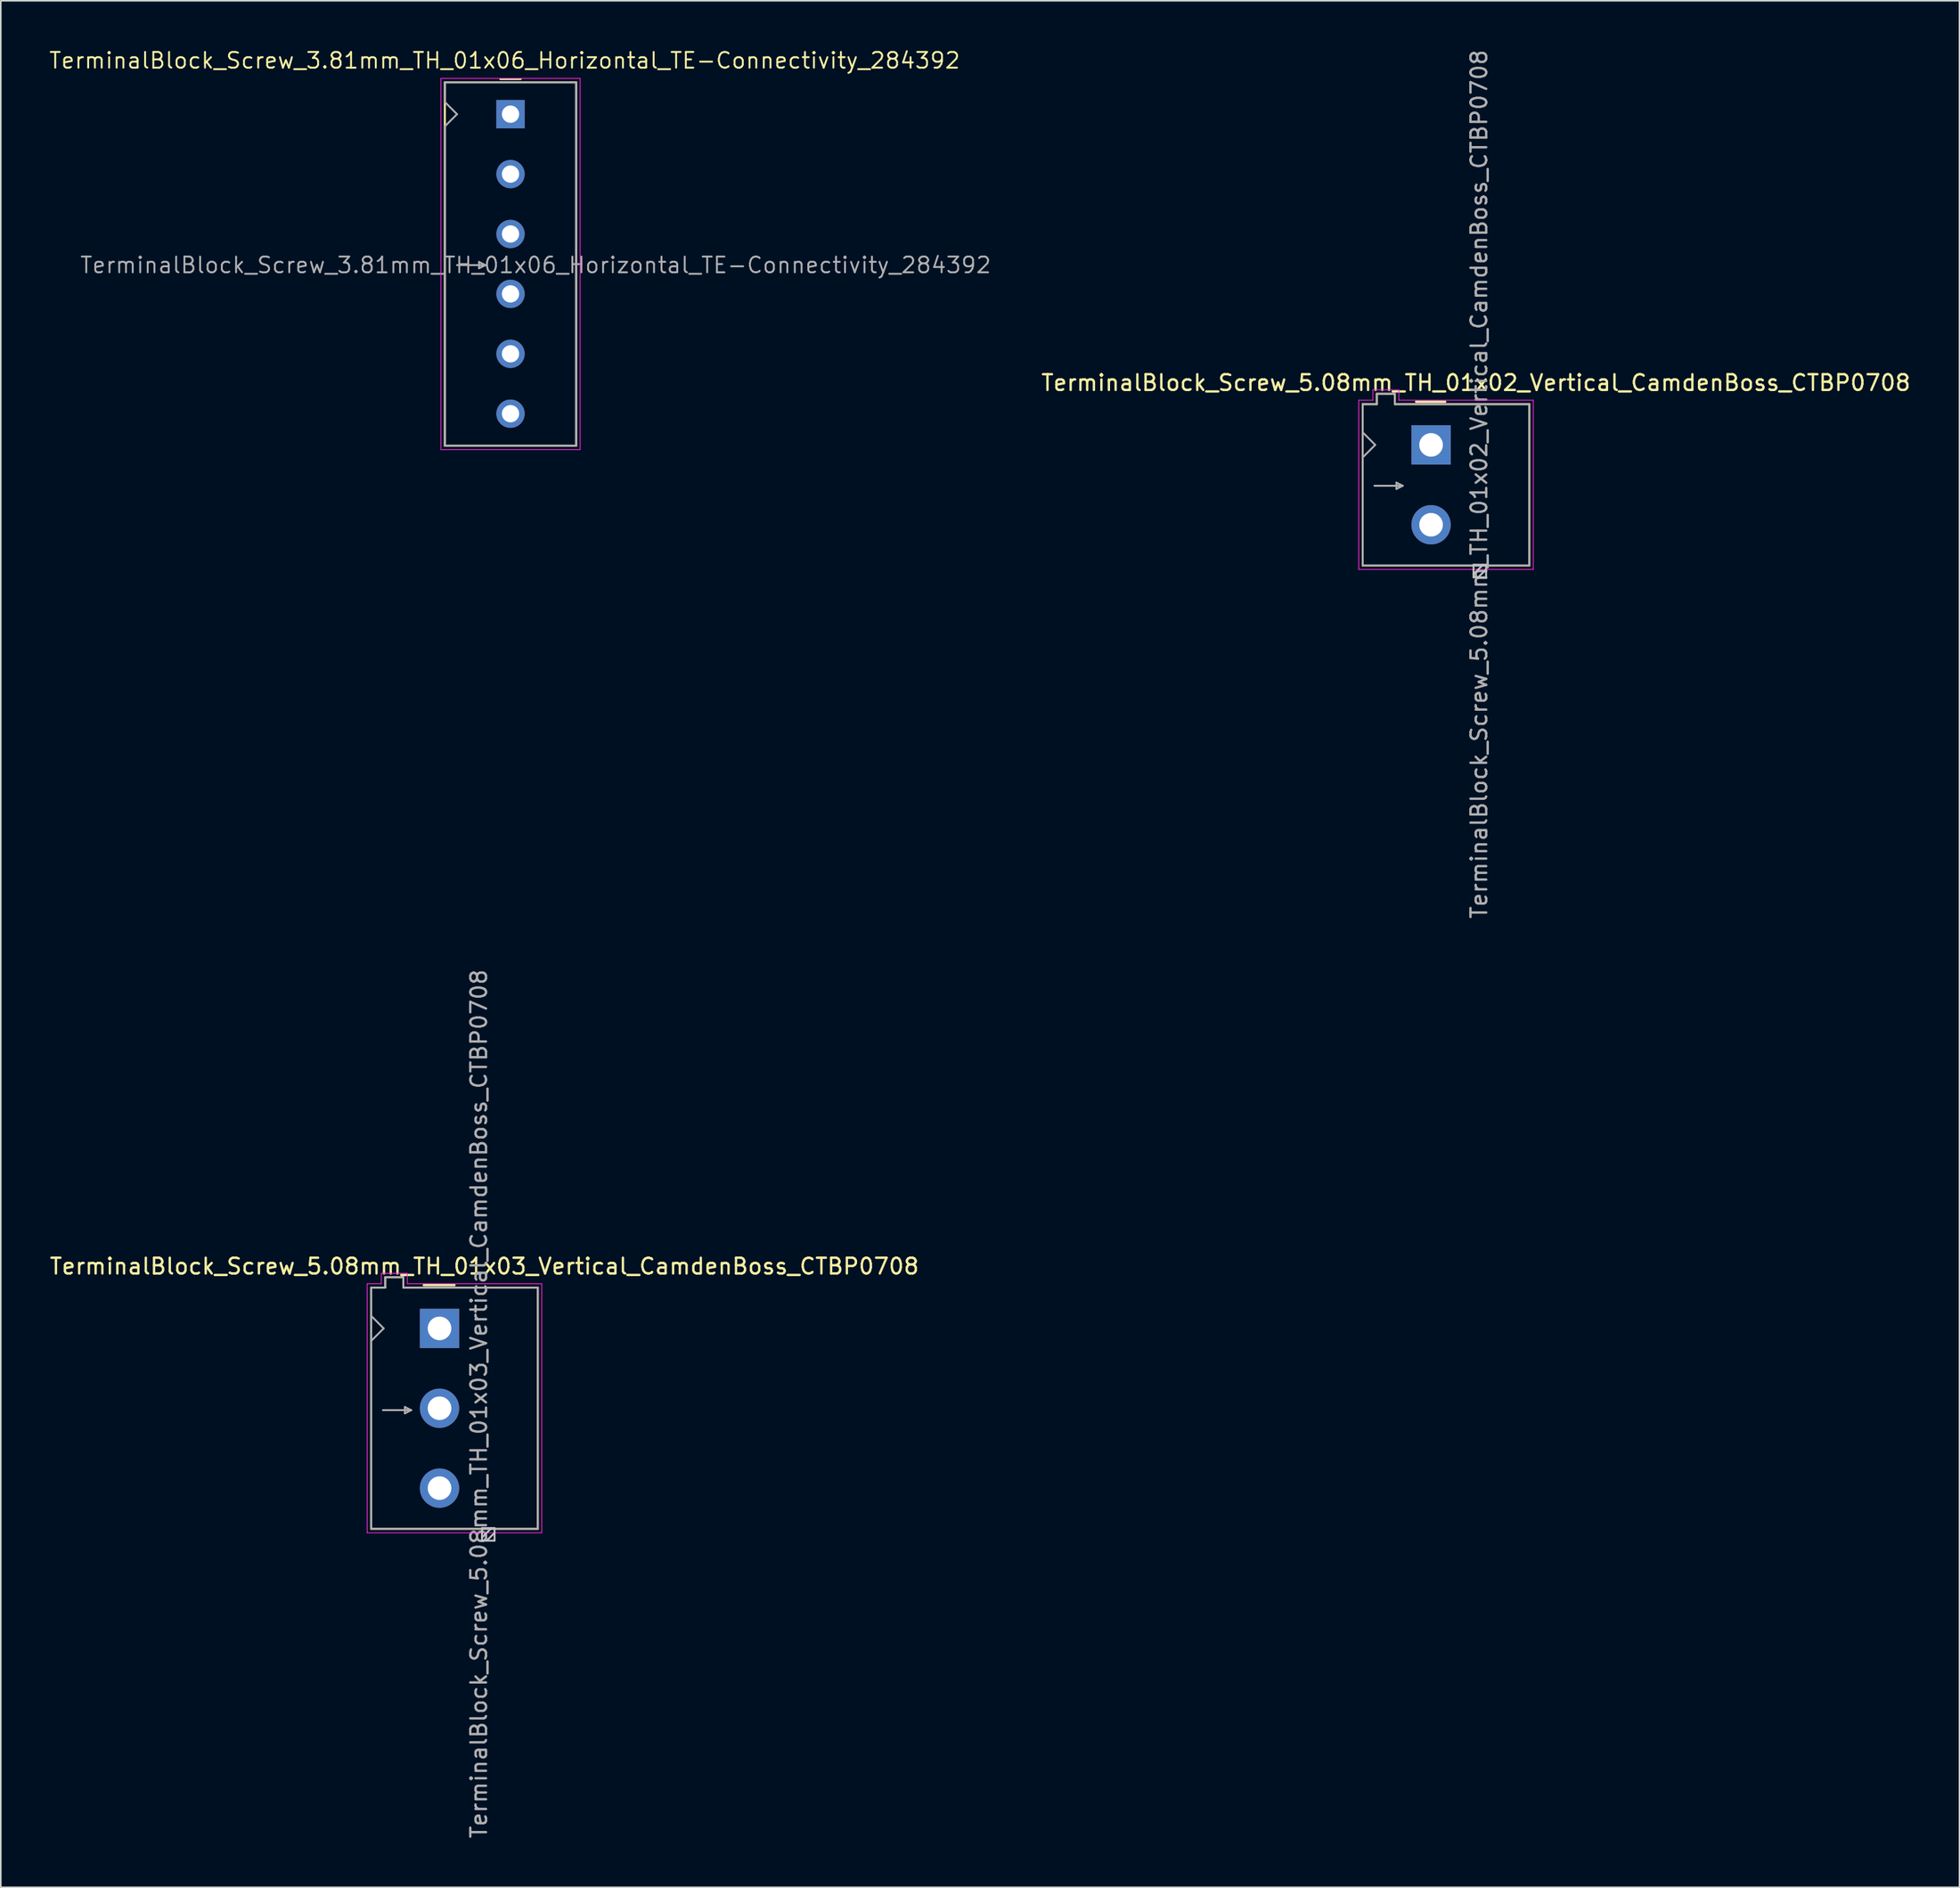
<source format=kicad_pcb>
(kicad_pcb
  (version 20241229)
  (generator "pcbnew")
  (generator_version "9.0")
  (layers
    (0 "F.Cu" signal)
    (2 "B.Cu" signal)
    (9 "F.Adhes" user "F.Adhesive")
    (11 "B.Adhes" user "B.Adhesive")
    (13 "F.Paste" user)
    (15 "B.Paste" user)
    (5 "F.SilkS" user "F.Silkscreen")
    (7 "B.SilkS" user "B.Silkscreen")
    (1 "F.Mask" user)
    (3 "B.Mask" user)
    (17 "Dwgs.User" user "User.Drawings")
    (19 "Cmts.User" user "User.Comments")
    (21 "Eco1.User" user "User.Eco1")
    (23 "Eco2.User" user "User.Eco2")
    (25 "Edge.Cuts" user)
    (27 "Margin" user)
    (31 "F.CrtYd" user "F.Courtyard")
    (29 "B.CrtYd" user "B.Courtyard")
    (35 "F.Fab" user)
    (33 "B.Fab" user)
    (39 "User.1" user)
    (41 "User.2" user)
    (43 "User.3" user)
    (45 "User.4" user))
  (footprint "TerminalBlock_Screw_3.81mm_TH_01x06_Horizontal_TE-Connectivity_284392"
    (layer "F.Cu")
    (at 29.407 4.211)
    (property "Reference" "TerminalBlock_Screw_3.81mm_TH_01x06_Horizontal_TE-Connectivity_284392" (at -0.375 -3.415 0) (unlocked yes) (layer "F.SilkS") (effects (font (size 1 1) (thickness 0.12))))
    (attr through_hole)
    (fp_line (start -4.175 -2.025) (end 4.175 -2.025) (stroke (width 0.127) (type solid)) (layer "F.SilkS"))
    (fp_line (start -4.175 21.085) (end -4.175 -2.025) (stroke (width 0.127) (type solid)) (layer "F.SilkS"))
    (fp_line (start -0.65 -2.23) (end 0.65 -2.23) (stroke (width 0.12) (type solid)) (layer "F.SilkS"))
    (fp_line (start 4.175 -2.025) (end 4.175 21.085) (stroke (width 0.127) (type solid)) (layer "F.SilkS"))
    (fp_line (start 4.175 21.085) (end -4.175 21.085) (stroke (width 0.127) (type solid)) (layer "F.SilkS"))
    (fp_line (start -4.425 -2.275) (end -4.425 21.335) (stroke (width 0.05) (type solid)) (layer "F.CrtYd"))
    (fp_line (start -4.425 21.335) (end 4.425 21.335) (stroke (width 0.05) (type solid)) (layer "F.CrtYd"))
    (fp_line (start 4.425 -2.275) (end -4.425 -2.275) (stroke (width 0.05) (type solid)) (layer "F.CrtYd"))
    (fp_line (start 4.425 21.335) (end 4.425 -2.275) (stroke (width 0.05) (type solid)) (layer "F.CrtYd"))
    (fp_line (start -4.175 -2.025) (end 4.175 -2.025) (stroke (width 0.127) (type solid)) (layer "F.Fab"))
    (fp_line (start -4.175 -0.78) (end -4.175 -2.025) (stroke (width 0.127) (type solid)) (layer "F.Fab"))
    (fp_line (start -4.175 -0.775) (end -3.4 0) (stroke (width 0.12) (type solid)) (layer "F.Fab"))
    (fp_line (start -4.175 21.085) (end -4.175 0.78) (stroke (width 0.127) (type solid)) (layer "F.Fab"))
    (fp_line (start -3.4 0) (end -4.175 0.775) (stroke (width 0.12) (type solid)) (layer "F.Fab"))
    (fp_line (start -3.4 9.6) (end -1.6 9.6) (stroke (width 0.12) (type solid)) (layer "F.Fab"))
    (fp_line (start -2 9.4) (end -2 9.8) (stroke (width 0.12) (type solid)) (layer "F.Fab"))
    (fp_line (start -2 9.8) (end -1.6 9.6) (stroke (width 0.12) (type solid)) (layer "F.Fab"))
    (fp_line (start -1.6 9.6) (end -2 9.4) (stroke (width 0.12) (type solid)) (layer "F.Fab"))
    (fp_line (start 4.175 -2.025) (end 4.175 21.085) (stroke (width 0.127) (type solid)) (layer "F.Fab"))
    (fp_line (start 4.175 21.085) (end -4.175 21.085) (stroke (width 0.127) (type solid)) (layer "F.Fab"))
    (fp_text user "${REFERENCE}" (at 1.6 9.6 0) (layer "F.Fab") (effects (font (size 1 1) (thickness 0.12))))
    (pad "1" thru_hole rect (at 0 0 270) (size 1.8 1.8) (drill 1.1) (layers "*.Cu" "*.Mask"))
    (pad "2" thru_hole circle (at 0 3.81 270) (size 1.8 1.8) (drill 1.1) (layers "*.Cu" "*.Mask"))
    (pad "3" thru_hole circle (at 0 7.62 270) (size 1.8 1.8) (drill 1.1) (layers "*.Cu" "*.Mask"))
    (pad "4" thru_hole circle (at 0 11.43 270) (size 1.8 1.8) (drill 1.1) (layers "*.Cu" "*.Mask"))
    (pad "5" thru_hole circle (at 0 15.24 270) (size 1.8 1.8) (drill 1.1) (layers "*.Cu" "*.Mask"))
    (pad "6" thru_hole circle (at 0 19.05 270) (size 1.8 1.8) (drill 1.1) (layers "*.Cu" "*.Mask")))
  (footprint "TerminalBlock_Screw_5.08mm_TH_01x03_Vertical_CamdenBoss_CTBP0708"
    (layer "F.Cu")
    (at 24.894 81.432)
    (property "Reference" "TerminalBlock_Screw_5.08mm_TH_01x03_Vertical_CamdenBoss_CTBP0708" (at 2.85 -3.95 0) (unlocked yes) (layer "F.SilkS") (effects (font (size 1 1) (thickness 0.15))))
    (attr through_hole)
    (fp_line (start -4.35 -2.59) (end -4.35 12.75) (stroke (width 0.12) (type solid)) (layer "F.SilkS"))
    (fp_line (start -4.35 12.75) (end 6.25 12.75) (stroke (width 0.12) (type solid)) (layer "F.SilkS"))
    (fp_line (start -3.45 -3.25) (end -3.45 -2.59) (stroke (width 0.12) (type solid)) (layer "F.SilkS"))
    (fp_line (start -3.45 -2.59) (end -4.35 -2.59) (stroke (width 0.12) (type solid)) (layer "F.SilkS"))
    (fp_line (start -2.3 -3.25) (end -3.45 -3.25) (stroke (width 0.12) (type solid)) (layer "F.SilkS"))
    (fp_line (start -2.3 -2.59) (end -2.3 -3.25) (stroke (width 0.12) (type solid)) (layer "F.SilkS"))
    (fp_line (start -1 -2.75) (end 0.95 -2.75) (stroke (width 0.15) (type solid)) (layer "F.SilkS"))
    (fp_line (start 6.25 -2.59) (end -2.3 -2.59) (stroke (width 0.12) (type solid)) (layer "F.SilkS"))
    (fp_line (start 6.25 12.75) (end 6.25 -2.59) (stroke (width 0.12) (type solid)) (layer "F.SilkS"))
    (fp_line (start 2.7 12.7) (end 2.7 13.5) (stroke (width 0.12) (type solid)) (layer "Dwgs.User"))
    (fp_line (start 2.7 13.3) (end 3.3 12.7) (stroke (width 0.12) (type solid)) (layer "Dwgs.User"))
    (fp_line (start 2.7 13.5) (end 3.5 13.5) (stroke (width 0.12) (type solid)) (layer "Dwgs.User"))
    (fp_line (start 3 13.5) (end 3.5 13) (stroke (width 0.12) (type solid)) (layer "Dwgs.User"))
    (fp_line (start 3.5 12.7) (end 2.7 12.7) (stroke (width 0.12) (type solid)) (layer "Dwgs.User"))
    (fp_line (start 3.5 13.5) (end 3.5 12.7) (stroke (width 0.12) (type solid)) (layer "Dwgs.User"))
    (fp_line (start -4.6 -2.84) (end -3.7 -2.84) (stroke (width 0.05) (type solid)) (layer "F.CrtYd"))
    (fp_line (start -4.6 13) (end -4.6 -2.84) (stroke (width 0.05) (type solid)) (layer "F.CrtYd"))
    (fp_line (start -3.7 -3.5) (end -3.7 -2.84) (stroke (width 0.05) (type solid)) (layer "F.CrtYd"))
    (fp_line (start -2.05 -3.5) (end -3.7 -3.5) (stroke (width 0.05) (type solid)) (layer "F.CrtYd"))
    (fp_line (start -2.05 -2.84) (end -2.05 -3.5) (stroke (width 0.05) (type solid)) (layer "F.CrtYd"))
    (fp_line (start -2.05 -2.84) (end 6.5 -2.84) (stroke (width 0.05) (type solid)) (layer "F.CrtYd"))
    (fp_line (start 6.5 -2.84) (end 6.5 13) (stroke (width 0.05) (type solid)) (layer "F.CrtYd"))
    (fp_line (start 6.5 13) (end -4.6 13) (stroke (width 0.05) (type solid)) (layer "F.CrtYd"))
    (fp_line (start -4.35 -2.59) (end -4.35 12.75) (stroke (width 0.12) (type solid)) (layer "F.Fab"))
    (fp_line (start -4.35 0.8) (end -3.55 0) (stroke (width 0.12) (type solid)) (layer "F.Fab"))
    (fp_line (start -4.35 12.75) (end 6.25 12.75) (stroke (width 0.12) (type solid)) (layer "F.Fab"))
    (fp_line (start -3.6 5.2) (end -1.8 5.2) (stroke (width 0.12) (type solid)) (layer "F.Fab"))
    (fp_line (start -3.55 0) (end -4.35 -0.8) (stroke (width 0.12) (type solid)) (layer "F.Fab"))
    (fp_line (start -3.45 -3.25) (end -3.45 -2.59) (stroke (width 0.12) (type solid)) (layer "F.Fab"))
    (fp_line (start -3.45 -2.59) (end -4.35 -2.59) (stroke (width 0.12) (type solid)) (layer "F.Fab"))
    (fp_line (start -2.3 -3.25) (end -3.45 -3.25) (stroke (width 0.12) (type solid)) (layer "F.Fab"))
    (fp_line (start -2.3 -2.59) (end -2.3 -3.25) (stroke (width 0.12) (type solid)) (layer "F.Fab"))
    (fp_line (start -2.2 5) (end -2.2 5.4) (stroke (width 0.12) (type solid)) (layer "F.Fab"))
    (fp_line (start -2.2 5.4) (end -1.8 5.2) (stroke (width 0.12) (type solid)) (layer "F.Fab"))
    (fp_line (start -1.8 5.2) (end -2.2 5) (stroke (width 0.12) (type solid)) (layer "F.Fab"))
    (fp_line (start 6.25 -2.59) (end -2.3 -2.59) (stroke (width 0.12) (type solid)) (layer "F.Fab"))
    (fp_line (start 6.25 12.75) (end 6.25 -2.59) (stroke (width 0.12) (type solid)) (layer "F.Fab"))
    (fp_text user "${REFERENCE}" (at 2.5 4.8 270) (layer "F.Fab") (effects (font (size 1 1) (thickness 0.15))))
    (pad "1" thru_hole rect (at 0 0 270) (size 2.5 2.5) (drill 1.5) (layers "*.Cu" "*.Mask"))
    (pad "2" thru_hole circle (at 0 5.08 270) (size 2.5 2.5) (drill 1.5) (layers "*.Cu" "*.Mask"))
    (pad "3" thru_hole circle (at 0 10.16 270) (size 2.5 2.5) (drill 1.5) (layers "*.Cu" "*.Mask")))
  (footprint "TerminalBlock_Screw_5.08mm_TH_01x02_Vertical_CamdenBoss_CTBP0708"
    (layer "F.Cu")
    (at 87.934 25.244)
    (property "Reference" "TerminalBlock_Screw_5.08mm_TH_01x02_Vertical_CamdenBoss_CTBP0708" (at 2.85 -3.95 0) (unlocked yes) (layer "F.SilkS") (effects (font (size 1 1) (thickness 0.15))))
    (attr through_hole)
    (fp_line (start -4.35 -2.59) (end -4.35 7.67) (stroke (width 0.12) (type solid)) (layer "F.SilkS"))
    (fp_line (start -4.35 7.67) (end 6.25 7.67) (stroke (width 0.12) (type solid)) (layer "F.SilkS"))
    (fp_line (start -3.45 -3.25) (end -3.45 -2.59) (stroke (width 0.12) (type solid)) (layer "F.SilkS"))
    (fp_line (start -3.45 -2.59) (end -4.35 -2.59) (stroke (width 0.12) (type solid)) (layer "F.SilkS"))
    (fp_line (start -2.3 -3.25) (end -3.45 -3.25) (stroke (width 0.12) (type solid)) (layer "F.SilkS"))
    (fp_line (start -2.3 -2.59) (end -2.3 -3.25) (stroke (width 0.12) (type solid)) (layer "F.SilkS"))
    (fp_line (start -0.95 -2.75) (end 0.9 -2.75) (stroke (width 0.15) (type solid)) (layer "F.SilkS"))
    (fp_line (start 6.25 -2.59) (end -2.3 -2.59) (stroke (width 0.12) (type solid)) (layer "F.SilkS"))
    (fp_line (start 6.25 7.67) (end 6.25 -2.59) (stroke (width 0.12) (type solid)) (layer "F.SilkS"))
    (fp_line (start 2.7 7.62) (end 2.7 8.42) (stroke (width 0.12) (type solid)) (layer "Dwgs.User"))
    (fp_line (start 2.7 8.22) (end 3.3 7.62) (stroke (width 0.12) (type solid)) (layer "Dwgs.User"))
    (fp_line (start 2.7 8.42) (end 3.5 8.42) (stroke (width 0.12) (type solid)) (layer "Dwgs.User"))
    (fp_line (start 3 8.42) (end 3.5 7.92) (stroke (width 0.12) (type solid)) (layer "Dwgs.User"))
    (fp_line (start 3.5 7.62) (end 2.7 7.62) (stroke (width 0.12) (type solid)) (layer "Dwgs.User"))
    (fp_line (start 3.5 8.42) (end 3.5 7.62) (stroke (width 0.12) (type solid)) (layer "Dwgs.User"))
    (fp_line (start -4.6 -2.84) (end -3.7 -2.84) (stroke (width 0.05) (type solid)) (layer "F.CrtYd"))
    (fp_line (start -4.6 7.92) (end -4.6 -2.84) (stroke (width 0.05) (type solid)) (layer "F.CrtYd"))
    (fp_line (start -3.7 -3.5) (end -3.7 -2.84) (stroke (width 0.05) (type solid)) (layer "F.CrtYd"))
    (fp_line (start -2.05 -3.5) (end -3.7 -3.5) (stroke (width 0.05) (type solid)) (layer "F.CrtYd"))
    (fp_line (start -2.05 -2.84) (end -2.05 -3.5) (stroke (width 0.05) (type solid)) (layer "F.CrtYd"))
    (fp_line (start -2.05 -2.84) (end 6.5 -2.84) (stroke (width 0.05) (type solid)) (layer "F.CrtYd"))
    (fp_line (start 6.5 -2.84) (end 6.5 7.92) (stroke (width 0.05) (type solid)) (layer "F.CrtYd"))
    (fp_line (start 6.5 7.92) (end -4.6 7.92) (stroke (width 0.05) (type solid)) (layer "F.CrtYd"))
    (fp_line (start -4.35 -2.59) (end -4.35 7.67) (stroke (width 0.12) (type solid)) (layer "F.Fab"))
    (fp_line (start -4.35 0.8) (end -3.55 0) (stroke (width 0.12) (type solid)) (layer "F.Fab"))
    (fp_line (start -4.35 7.67) (end 6.25 7.67) (stroke (width 0.12) (type solid)) (layer "F.Fab"))
    (fp_line (start -3.6 2.6) (end -1.8 2.6) (stroke (width 0.12) (type solid)) (layer "F.Fab"))
    (fp_line (start -3.55 0) (end -4.35 -0.8) (stroke (width 0.12) (type solid)) (layer "F.Fab"))
    (fp_line (start -3.45 -3.25) (end -3.45 -2.59) (stroke (width 0.12) (type solid)) (layer "F.Fab"))
    (fp_line (start -3.45 -2.59) (end -4.35 -2.59) (stroke (width 0.12) (type solid)) (layer "F.Fab"))
    (fp_line (start -2.3 -3.25) (end -3.45 -3.25) (stroke (width 0.12) (type solid)) (layer "F.Fab"))
    (fp_line (start -2.3 -2.59) (end -2.3 -3.25) (stroke (width 0.12) (type solid)) (layer "F.Fab"))
    (fp_line (start -2.2 2.4) (end -2.2 2.8) (stroke (width 0.12) (type solid)) (layer "F.Fab"))
    (fp_line (start -2.2 2.8) (end -1.8 2.6) (stroke (width 0.12) (type solid)) (layer "F.Fab"))
    (fp_line (start -1.8 2.6) (end -2.2 2.4) (stroke (width 0.12) (type solid)) (layer "F.Fab"))
    (fp_line (start 6.25 -2.59) (end -2.3 -2.59) (stroke (width 0.12) (type solid)) (layer "F.Fab"))
    (fp_line (start 6.25 7.67) (end 6.25 -2.59) (stroke (width 0.12) (type solid)) (layer "F.Fab"))
    (fp_text user "${REFERENCE}" (at 3.05 2.5 270) (layer "F.Fab") (effects (font (size 1 1) (thickness 0.15))))
    (pad "1" thru_hole rect (at 0 0 270) (size 2.5 2.5) (drill 1.5) (layers "*.Cu" "*.Mask"))
    (pad "2" thru_hole circle (at 0 5.08 270) (size 2.5 2.5) (drill 1.5) (layers "*.Cu" "*.Mask")))
  (gr_rect
    (start -3 -3)
    (end 121.528 116.976)
    (stroke (width 0.1) (type default))
    (fill no)
    (layer "Edge.Cuts")))
</source>
